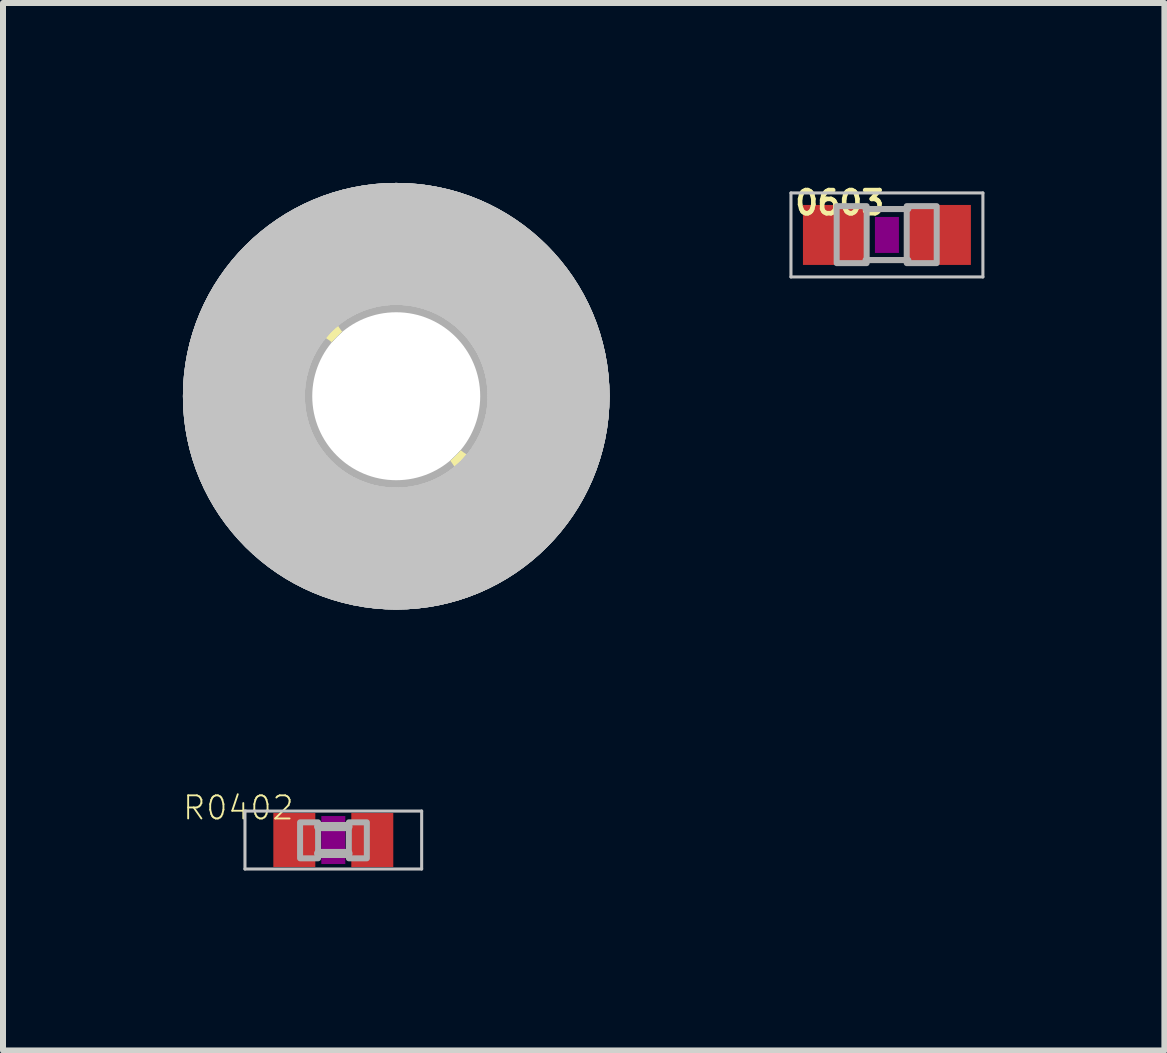
<source format=kicad_pcb>
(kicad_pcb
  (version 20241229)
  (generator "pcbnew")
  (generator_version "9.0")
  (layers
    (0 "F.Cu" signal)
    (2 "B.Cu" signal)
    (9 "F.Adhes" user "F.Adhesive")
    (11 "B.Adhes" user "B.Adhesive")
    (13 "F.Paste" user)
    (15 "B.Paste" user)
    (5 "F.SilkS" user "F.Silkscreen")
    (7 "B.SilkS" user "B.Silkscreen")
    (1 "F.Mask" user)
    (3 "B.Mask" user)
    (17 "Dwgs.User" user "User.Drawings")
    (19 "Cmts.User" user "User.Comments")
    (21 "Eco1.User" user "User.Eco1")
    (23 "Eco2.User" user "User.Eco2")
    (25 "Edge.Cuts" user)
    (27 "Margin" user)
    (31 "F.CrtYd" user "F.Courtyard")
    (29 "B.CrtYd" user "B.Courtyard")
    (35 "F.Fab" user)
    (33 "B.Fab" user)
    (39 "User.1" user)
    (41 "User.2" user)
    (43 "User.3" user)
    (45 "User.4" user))
  (footprint "0603"
    (layer "F.Cu")
    (at 11.737 0.867)
    (property "Reference" "0603" (at 0 -0.762 180) (layer "F.SilkS") (effects (font (size 0.386 0.386) (thickness 0.077)) (justify right top)))
    (attr through_hole)
    (fp_poly (pts (xy -0.2 0.3) (xy 0.2 0.3) (xy 0.2 -0.3) (xy -0.2 -0.3)) (stroke (width 0) (type solid)) (fill yes) (layer "F.Adhes"))
    (fp_line (start -1.6 -0.7) (end 1.6 -0.7) (stroke (width 0.051) (type solid)) (layer "Dwgs.User"))
    (fp_line (start -1.6 0.7) (end -1.6 -0.7) (stroke (width 0.051) (type solid)) (layer "Dwgs.User"))
    (fp_line (start 1.6 -0.7) (end 1.6 0.7) (stroke (width 0.051) (type solid)) (layer "Dwgs.User"))
    (fp_line (start 1.6 0.7) (end -1.6 0.7) (stroke (width 0.051) (type solid)) (layer "Dwgs.User"))
    (fp_line (start -0.356 -0.432) (end 0.356 -0.432) (stroke (width 0.102) (type solid)) (layer "F.Fab"))
    (fp_line (start -0.356 0.419) (end 0.356 0.419) (stroke (width 0.102) (type solid)) (layer "F.Fab"))
    (fp_poly (pts (xy -0.838 0.47) (xy -0.338 0.47) (xy -0.338 -0.48) (xy -0.838 -0.48)) (stroke (width 0.1) (type solid)) (fill no) (layer "F.Fab"))
    (fp_poly (pts (xy 0.33 0.47) (xy 0.83 0.47) (xy 0.83 -0.48) (xy 0.33 -0.48)) (stroke (width 0.1) (type solid)) (fill no) (layer "F.Fab"))
    (pad "1" smd rect (at -0.85 0) (size 1.1 1) (layers "F.Cu" "F.Mask" "F.Paste"))
    (pad "2" smd rect (at 0.85 0) (size 1.1 1) (layers "F.Cu" "F.Mask" "F.Paste")))
  (footprint "2,8"
    (layer "F.Cu")
    (at 3.556 3.556)
    (property "Reference" "2,8" (at 0 0 0) (layer "F.SilkS") (effects (font (size 1.27 1.27) (thickness 0.15))))
    (attr through_hole)
    (fp_circle (center 0 0) (end 1.5 0) (stroke (width 0.203) (type solid)) (fill no) (layer "F.SilkS"))
    (fp_circle (center 0 0) (end 2.921 0) (stroke (width 0.152) (type solid)) (fill no) (layer "F.SilkS"))
    (fp_circle (center 0 0) (end 2.54 0) (stroke (width 2.032) (type solid)) (fill no) (layer "Dwgs.User"))
    (fp_circle (center 0 0) (end 2.54 0) (stroke (width 2.032) (type solid)) (fill no) (layer "Dwgs.User"))
    (fp_circle (center 0 0) (end 2.54 0) (stroke (width 2.032) (type solid)) (fill no) (layer "Dwgs.User"))
    (fp_circle (center 0 0) (end 2.54 0) (stroke (width 2.032) (type solid)) (fill no) (layer "Dwgs.User"))
    (fp_circle (center 0 0) (end 2.54 0) (stroke (width 2.032) (type solid)) (fill no) (layer "Dwgs.User"))
    (fp_arc (start 0 -1.778) (mid 1.257236 -1.257236) (end 1.778 0) (stroke (width 2.286) (type solid)) (layer "F.Fab"))
    (fp_arc (start 0 1.778) (mid -1.257236 1.257236) (end -1.778 0) (stroke (width 2.286) (type solid)) (layer "F.Fab"))
    (fp_circle (center 0 0) (end 0.635 0) (stroke (width 0.457) (type solid)) (fill no) (layer "F.Fab"))
    (pad "" np_thru_hole circle (at 0 0) (size 2.8 2.8) (drill 2.8) (layers "*.Cu")))
  (footprint "R0402"
    (layer "F.Cu")
    (at 2.507 10.955)
    (property "Reference" "R0402" (at -0.635 -0.762 180) (layer "F.SilkS") (effects (font (size 0.386 0.386) (thickness 0.031)) (justify right top)))
    (attr through_hole)
    (fp_poly (pts (xy -0.2 0.4) (xy 0.2 0.4) (xy 0.2 -0.4) (xy -0.2 -0.4)) (stroke (width 0) (type solid)) (fill yes) (layer "F.Adhes"))
    (fp_line (start -1.473 -0.483) (end 1.473 -0.483) (stroke (width 0.051) (type solid)) (layer "Dwgs.User"))
    (fp_line (start -1.473 0.483) (end -1.473 -0.483) (stroke (width 0.051) (type solid)) (layer "Dwgs.User"))
    (fp_line (start 1.473 -0.483) (end 1.473 0.483) (stroke (width 0.051) (type solid)) (layer "Dwgs.User"))
    (fp_line (start 1.473 0.483) (end -1.473 0.483) (stroke (width 0.051) (type solid)) (layer "Dwgs.User"))
    (fp_line (start -0.245 -0.224) (end 0.245 -0.224) (stroke (width 0.152) (type solid)) (layer "F.Fab"))
    (fp_line (start 0.245 0.224) (end -0.245 0.224) (stroke (width 0.152) (type solid)) (layer "F.Fab"))
    (fp_poly (pts (xy -0.554 0.305) (xy -0.254 0.305) (xy -0.254 -0.295) (xy -0.554 -0.295)) (stroke (width 0.1) (type solid)) (fill no) (layer "F.Fab"))
    (fp_poly (pts (xy 0.259 0.305) (xy 0.559 0.305) (xy 0.559 -0.295) (xy 0.259 -0.295)) (stroke (width 0.1) (type solid)) (fill no) (layer "F.Fab"))
    (pad "1" smd rect (at -0.65 0) (size 0.7 0.9) (layers "F.Cu" "F.Mask" "F.Paste"))
    (pad "2" smd rect (at 0.65 0) (size 0.7 0.9) (layers "F.Cu" "F.Mask" "F.Paste")))
  (gr_rect
    (start -3 -3)
    (end 16.363 14.464)
    (stroke (width 0.1) (type default))
    (fill no)
    (layer "Edge.Cuts")))
</source>
